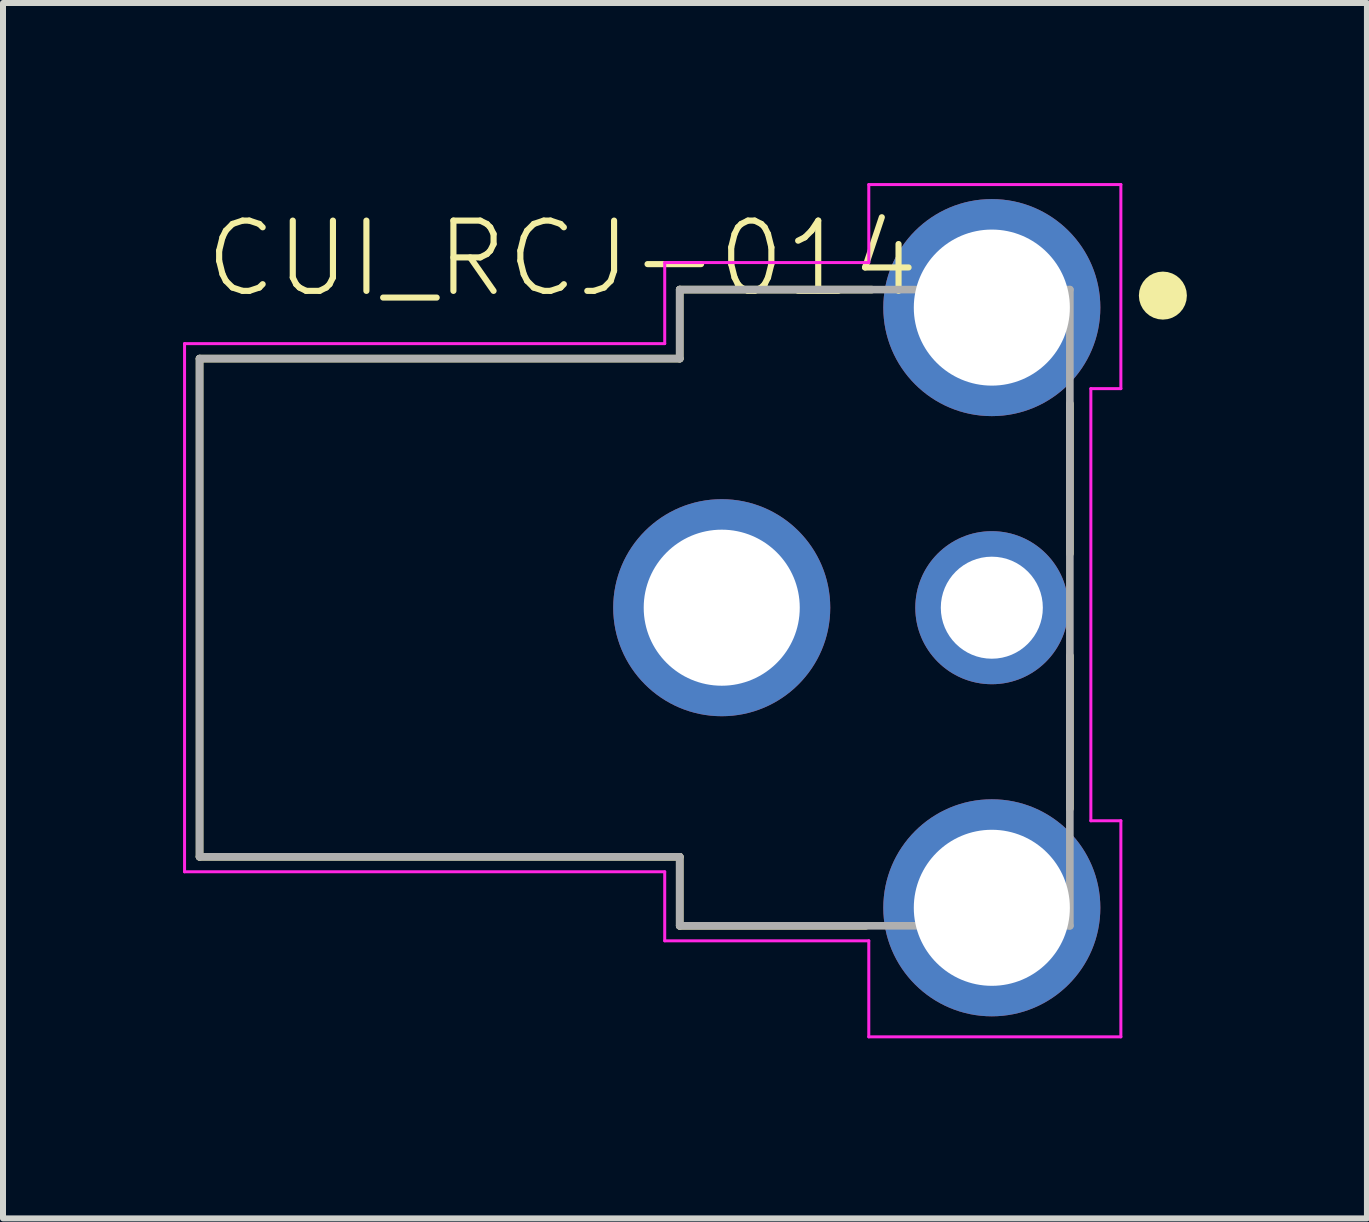
<source format=kicad_pcb>
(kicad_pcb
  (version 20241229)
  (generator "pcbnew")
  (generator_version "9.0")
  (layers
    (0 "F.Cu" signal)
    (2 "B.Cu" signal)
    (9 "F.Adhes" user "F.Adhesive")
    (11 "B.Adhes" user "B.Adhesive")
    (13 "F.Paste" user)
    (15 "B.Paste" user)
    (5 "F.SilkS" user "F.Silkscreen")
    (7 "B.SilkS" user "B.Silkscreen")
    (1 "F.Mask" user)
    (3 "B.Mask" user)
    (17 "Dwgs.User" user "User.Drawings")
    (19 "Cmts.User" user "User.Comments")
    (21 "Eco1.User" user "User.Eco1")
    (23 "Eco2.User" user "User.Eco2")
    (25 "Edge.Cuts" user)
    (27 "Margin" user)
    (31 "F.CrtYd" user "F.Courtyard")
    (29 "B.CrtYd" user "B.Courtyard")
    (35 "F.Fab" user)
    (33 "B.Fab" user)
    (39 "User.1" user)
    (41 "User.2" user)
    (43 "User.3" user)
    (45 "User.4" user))
  (footprint "CUI_RCJ-014"
    (layer "F.Cu")
    (at 7.525 7.075)
    (property "Reference" "CUI_RCJ-014" (at -7.214 -5.13 0) (layer "F.SilkS") (effects (font (size 1.171 1.171) (thickness 0.102)) (justify left bottom)))
    (fp_line (start -7.25 -4.15) (end -7.25 4.15) (stroke (width 0.127) (type solid)) (layer "F.SilkS"))
    (fp_line (start -7.25 4.15) (end 0.75 4.15) (stroke (width 0.127) (type solid)) (layer "F.SilkS"))
    (fp_line (start 0.75 -5.3) (end 0.75 -4.15) (stroke (width 0.127) (type solid)) (layer "F.SilkS"))
    (fp_line (start 0.75 -4.15) (end -7.25 -4.15) (stroke (width 0.127) (type solid)) (layer "F.SilkS"))
    (fp_line (start 0.75 4.15) (end 0.75 5.3) (stroke (width 0.127) (type solid)) (layer "F.SilkS"))
    (fp_line (start 0.75 5.3) (end 3.85 5.3) (stroke (width 0.127) (type solid)) (layer "F.SilkS"))
    (fp_line (start 3.95 -5.3) (end 0.75 -5.3) (stroke (width 0.127) (type solid)) (layer "F.SilkS"))
    (fp_line (start 7.25 -0.9) (end 7.25 -3.4) (stroke (width 0.127) (type solid)) (layer "F.SilkS"))
    (fp_line (start 7.25 3.35) (end 7.25 0.8) (stroke (width 0.127) (type solid)) (layer "F.SilkS"))
    (fp_circle (center 8.8 -5.2) (end 9 -5.2) (stroke (width 0.4) (type solid)) (fill no) (layer "F.SilkS"))
    (fp_line (start -7.5 -4.4) (end -7.5 4.4) (stroke (width 0.05) (type solid)) (layer "F.CrtYd"))
    (fp_line (start -7.5 4.4) (end 0.5 4.4) (stroke (width 0.05) (type solid)) (layer "F.CrtYd"))
    (fp_line (start 0.5 -5.75) (end 0.5 -4.4) (stroke (width 0.05) (type solid)) (layer "F.CrtYd"))
    (fp_line (start 0.5 -4.4) (end -7.5 -4.4) (stroke (width 0.05) (type solid)) (layer "F.CrtYd"))
    (fp_line (start 0.5 4.4) (end 0.5 5.55) (stroke (width 0.05) (type solid)) (layer "F.CrtYd"))
    (fp_line (start 0.5 5.55) (end 3.9 5.55) (stroke (width 0.05) (type solid)) (layer "F.CrtYd"))
    (fp_line (start 3.9 -7.05) (end 8.1 -7.05) (stroke (width 0.05) (type solid)) (layer "F.CrtYd"))
    (fp_line (start 3.9 -5.75) (end 0.5 -5.75) (stroke (width 0.05) (type solid)) (layer "F.CrtYd"))
    (fp_line (start 3.9 -5.75) (end 3.9 -7.05) (stroke (width 0.05) (type solid)) (layer "F.CrtYd"))
    (fp_line (start 3.9 7.15) (end 3.9 5.55) (stroke (width 0.05) (type solid)) (layer "F.CrtYd"))
    (fp_line (start 7.6 -3.65) (end 7.6 3.55) (stroke (width 0.05) (type solid)) (layer "F.CrtYd"))
    (fp_line (start 7.6 3.55) (end 8.1 3.55) (stroke (width 0.05) (type solid)) (layer "F.CrtYd"))
    (fp_line (start 8.1 -7.05) (end 8.1 -3.65) (stroke (width 0.05) (type solid)) (layer "F.CrtYd"))
    (fp_line (start 8.1 -3.65) (end 7.6 -3.65) (stroke (width 0.05) (type solid)) (layer "F.CrtYd"))
    (fp_line (start 8.1 7.15) (end 3.9 7.15) (stroke (width 0.05) (type solid)) (layer "F.CrtYd"))
    (fp_line (start 8.1 7.15) (end 8.1 3.55) (stroke (width 0.05) (type solid)) (layer "F.CrtYd"))
    (fp_line (start -7.25 -4.15) (end -7.25 4.15) (stroke (width 0.127) (type solid)) (layer "F.Fab"))
    (fp_line (start -7.25 4.15) (end 0.75 4.15) (stroke (width 0.127) (type solid)) (layer "F.Fab"))
    (fp_line (start 0.75 -5.3) (end 0.75 -4.15) (stroke (width 0.127) (type solid)) (layer "F.Fab"))
    (fp_line (start 0.75 -4.15) (end -7.25 -4.15) (stroke (width 0.127) (type solid)) (layer "F.Fab"))
    (fp_line (start 0.75 4.15) (end 0.75 5.3) (stroke (width 0.127) (type solid)) (layer "F.Fab"))
    (fp_line (start 0.75 5.3) (end 7.25 5.3) (stroke (width 0.127) (type solid)) (layer "F.Fab"))
    (fp_line (start 7.25 -5.3) (end 0.75 -5.3) (stroke (width 0.127) (type solid)) (layer "F.Fab"))
    (fp_line (start 7.25 5.3) (end 7.25 -5.3) (stroke (width 0.127) (type solid)) (layer "F.Fab"))
    (pad "1A" thru_hole circle (at 5.95 -5) (size 3.616 3.616) (drill 2.6) (layers "*.Cu" "*.Mask"))
    (pad "1B" thru_hole circle (at 5.95 5) (size 3.616 3.616) (drill 2.6) (layers "*.Cu" "*.Mask"))
    (pad "1C" thru_hole circle (at 1.45 0) (size 3.616 3.616) (drill 2.6) (layers "*.Cu" "*.Mask"))
    (pad "2" thru_hole circle (at 5.95 0) (size 2.55 2.55) (drill 1.7) (layers "*.Cu" "*.Mask")))
  (gr_rect
    (start -3 -3)
    (end 19.725 17.25)
    (stroke (width 0.1) (type default))
    (fill no)
    (layer "Edge.Cuts")))
</source>
